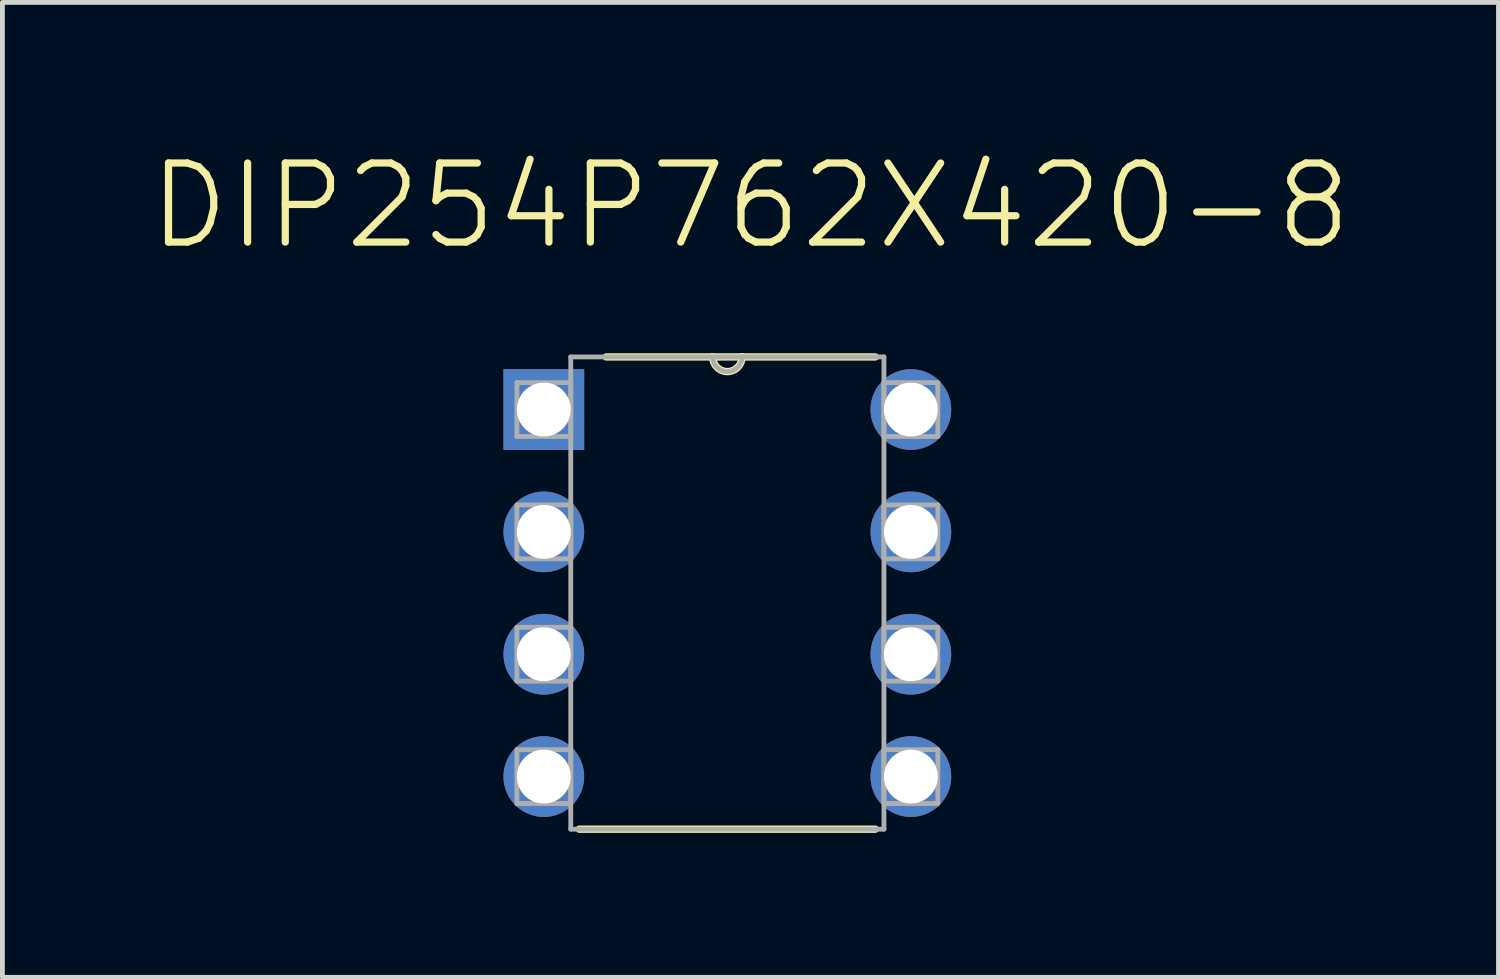
<source format=kicad_pcb>
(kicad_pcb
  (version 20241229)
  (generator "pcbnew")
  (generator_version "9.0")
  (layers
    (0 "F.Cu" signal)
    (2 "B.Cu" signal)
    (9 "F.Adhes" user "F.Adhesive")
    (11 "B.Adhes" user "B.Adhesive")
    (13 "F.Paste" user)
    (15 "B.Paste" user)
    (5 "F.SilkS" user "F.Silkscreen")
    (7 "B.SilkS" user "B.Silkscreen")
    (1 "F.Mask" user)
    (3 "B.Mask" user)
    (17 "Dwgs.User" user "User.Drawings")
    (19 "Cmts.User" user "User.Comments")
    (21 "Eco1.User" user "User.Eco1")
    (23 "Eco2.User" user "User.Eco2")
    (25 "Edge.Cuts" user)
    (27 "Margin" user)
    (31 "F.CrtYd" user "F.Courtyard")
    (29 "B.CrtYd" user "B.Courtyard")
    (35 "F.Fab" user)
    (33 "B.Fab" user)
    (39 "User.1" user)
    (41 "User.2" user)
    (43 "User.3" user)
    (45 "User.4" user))
  (footprint "DIP254P762X420-8"
    (layer "F.Cu")
    (at 15.86 13.072)
    (property "Reference" "DIP254P762X420-8" (at -3.331 -11.848 0) (layer "F.SilkS") (effects (font (size 1.642 1.642) (thickness 0.15))))
    (attr through_hole)
    (fp_line (start -6.883 1.092) (end -0.737 1.092) (stroke (width 0.152) (type solid)) (layer "F.SilkS"))
    (fp_line (start -4.115 -8.712) (end -6.325 -8.712) (stroke (width 0.152) (type solid)) (layer "F.SilkS"))
    (fp_line (start -3.505 -8.712) (end -4.115 -8.712) (stroke (width 0.152) (type solid)) (layer "F.SilkS"))
    (fp_line (start -0.737 -8.712) (end -3.505 -8.712) (stroke (width 0.152) (type solid)) (layer "F.SilkS"))
    (fp_arc (start -3.5052 -8.7122) (mid -3.81 -8.4074) (end -4.1148 -8.7122) (stroke (width 0.1524) (type solid)) (layer "F.SilkS"))
    (fp_line (start -8.179 -8.179) (end -8.179 -7.061) (stroke (width 0.1) (type solid)) (layer "F.Fab"))
    (fp_line (start -8.179 -7.061) (end -7.061 -7.061) (stroke (width 0.1) (type solid)) (layer "F.Fab"))
    (fp_line (start -8.179 -5.639) (end -8.179 -4.521) (stroke (width 0.1) (type solid)) (layer "F.Fab"))
    (fp_line (start -8.179 -4.521) (end -7.061 -4.521) (stroke (width 0.1) (type solid)) (layer "F.Fab"))
    (fp_line (start -8.179 -3.099) (end -8.179 -1.981) (stroke (width 0.1) (type solid)) (layer "F.Fab"))
    (fp_line (start -8.179 -1.981) (end -7.061 -1.981) (stroke (width 0.1) (type solid)) (layer "F.Fab"))
    (fp_line (start -8.179 -0.559) (end -8.179 0.559) (stroke (width 0.1) (type solid)) (layer "F.Fab"))
    (fp_line (start -8.179 0.559) (end -7.061 0.559) (stroke (width 0.1) (type solid)) (layer "F.Fab"))
    (fp_line (start -7.061 -8.712) (end -7.061 1.092) (stroke (width 0.1) (type solid)) (layer "F.Fab"))
    (fp_line (start -7.061 -8.179) (end -8.179 -8.179) (stroke (width 0.1) (type solid)) (layer "F.Fab"))
    (fp_line (start -7.061 -7.061) (end -7.061 -8.179) (stroke (width 0.1) (type solid)) (layer "F.Fab"))
    (fp_line (start -7.061 -5.639) (end -8.179 -5.639) (stroke (width 0.1) (type solid)) (layer "F.Fab"))
    (fp_line (start -7.061 -4.521) (end -7.061 -5.639) (stroke (width 0.1) (type solid)) (layer "F.Fab"))
    (fp_line (start -7.061 -3.099) (end -8.179 -3.099) (stroke (width 0.1) (type solid)) (layer "F.Fab"))
    (fp_line (start -7.061 -1.981) (end -7.061 -3.099) (stroke (width 0.1) (type solid)) (layer "F.Fab"))
    (fp_line (start -7.061 -0.559) (end -8.179 -0.559) (stroke (width 0.1) (type solid)) (layer "F.Fab"))
    (fp_line (start -7.061 0.559) (end -7.061 -0.559) (stroke (width 0.1) (type solid)) (layer "F.Fab"))
    (fp_line (start -7.061 1.092) (end -0.559 1.092) (stroke (width 0.1) (type solid)) (layer "F.Fab"))
    (fp_line (start -4.115 -8.712) (end -7.061 -8.712) (stroke (width 0.1) (type solid)) (layer "F.Fab"))
    (fp_line (start -3.505 -8.712) (end -4.115 -8.712) (stroke (width 0.1) (type solid)) (layer "F.Fab"))
    (fp_line (start -0.559 -8.712) (end -3.505 -8.712) (stroke (width 0.1) (type solid)) (layer "F.Fab"))
    (fp_line (start -0.559 -8.179) (end -0.559 -7.061) (stroke (width 0.1) (type solid)) (layer "F.Fab"))
    (fp_line (start -0.559 -7.061) (end 0.559 -7.061) (stroke (width 0.1) (type solid)) (layer "F.Fab"))
    (fp_line (start -0.559 -5.639) (end -0.559 -4.521) (stroke (width 0.1) (type solid)) (layer "F.Fab"))
    (fp_line (start -0.559 -4.521) (end 0.559 -4.521) (stroke (width 0.1) (type solid)) (layer "F.Fab"))
    (fp_line (start -0.559 -3.099) (end -0.559 -1.981) (stroke (width 0.1) (type solid)) (layer "F.Fab"))
    (fp_line (start -0.559 -1.981) (end 0.559 -1.981) (stroke (width 0.1) (type solid)) (layer "F.Fab"))
    (fp_line (start -0.559 -0.559) (end -0.559 0.559) (stroke (width 0.1) (type solid)) (layer "F.Fab"))
    (fp_line (start -0.559 0.559) (end 0.559 0.559) (stroke (width 0.1) (type solid)) (layer "F.Fab"))
    (fp_line (start -0.559 1.092) (end -0.559 -8.712) (stroke (width 0.1) (type solid)) (layer "F.Fab"))
    (fp_line (start 0.559 -8.179) (end -0.559 -8.179) (stroke (width 0.1) (type solid)) (layer "F.Fab"))
    (fp_line (start 0.559 -7.061) (end 0.559 -8.179) (stroke (width 0.1) (type solid)) (layer "F.Fab"))
    (fp_line (start 0.559 -5.639) (end -0.559 -5.639) (stroke (width 0.1) (type solid)) (layer "F.Fab"))
    (fp_line (start 0.559 -4.521) (end 0.559 -5.639) (stroke (width 0.1) (type solid)) (layer "F.Fab"))
    (fp_line (start 0.559 -3.099) (end -0.559 -3.099) (stroke (width 0.1) (type solid)) (layer "F.Fab"))
    (fp_line (start 0.559 -1.981) (end 0.559 -3.099) (stroke (width 0.1) (type solid)) (layer "F.Fab"))
    (fp_line (start 0.559 -0.559) (end -0.559 -0.559) (stroke (width 0.1) (type solid)) (layer "F.Fab"))
    (fp_line (start 0.559 0.559) (end 0.559 -0.559) (stroke (width 0.1) (type solid)) (layer "F.Fab"))
    (fp_arc (start -3.5052 -8.7122) (mid -3.81 -8.4074) (end -4.1148 -8.7122) (stroke (width 0.1) (type solid)) (layer "F.Fab"))
    (pad "1" thru_hole rect (at -7.62 -7.62) (size 1.676 1.676) (drill 1.118) (layers "*.Cu" "*.Mask"))
    (pad "2" thru_hole circle (at -7.62 -5.08) (size 1.676 1.676) (drill 1.118) (layers "*.Cu" "*.Mask"))
    (pad "3" thru_hole circle (at -7.62 -2.54) (size 1.676 1.676) (drill 1.118) (layers "*.Cu" "*.Mask"))
    (pad "4" thru_hole circle (at -7.62 0) (size 1.676 1.676) (drill 1.118) (layers "*.Cu" "*.Mask"))
    (pad "5" thru_hole circle (at 0 0) (size 1.676 1.676) (drill 1.118) (layers "*.Cu" "*.Mask"))
    (pad "6" thru_hole circle (at 0 -2.54) (size 1.676 1.676) (drill 1.118) (layers "*.Cu" "*.Mask"))
    (pad "7" thru_hole circle (at 0 -5.08) (size 1.676 1.676) (drill 1.118) (layers "*.Cu" "*.Mask"))
    (pad "8" thru_hole circle (at 0 -7.62) (size 1.676 1.676) (drill 1.118) (layers "*.Cu" "*.Mask")))
  (gr_rect
    (start -3 -3)
    (end 28.059 17.24)
    (stroke (width 0.1) (type default))
    (fill no)
    (layer "Edge.Cuts")))
</source>
